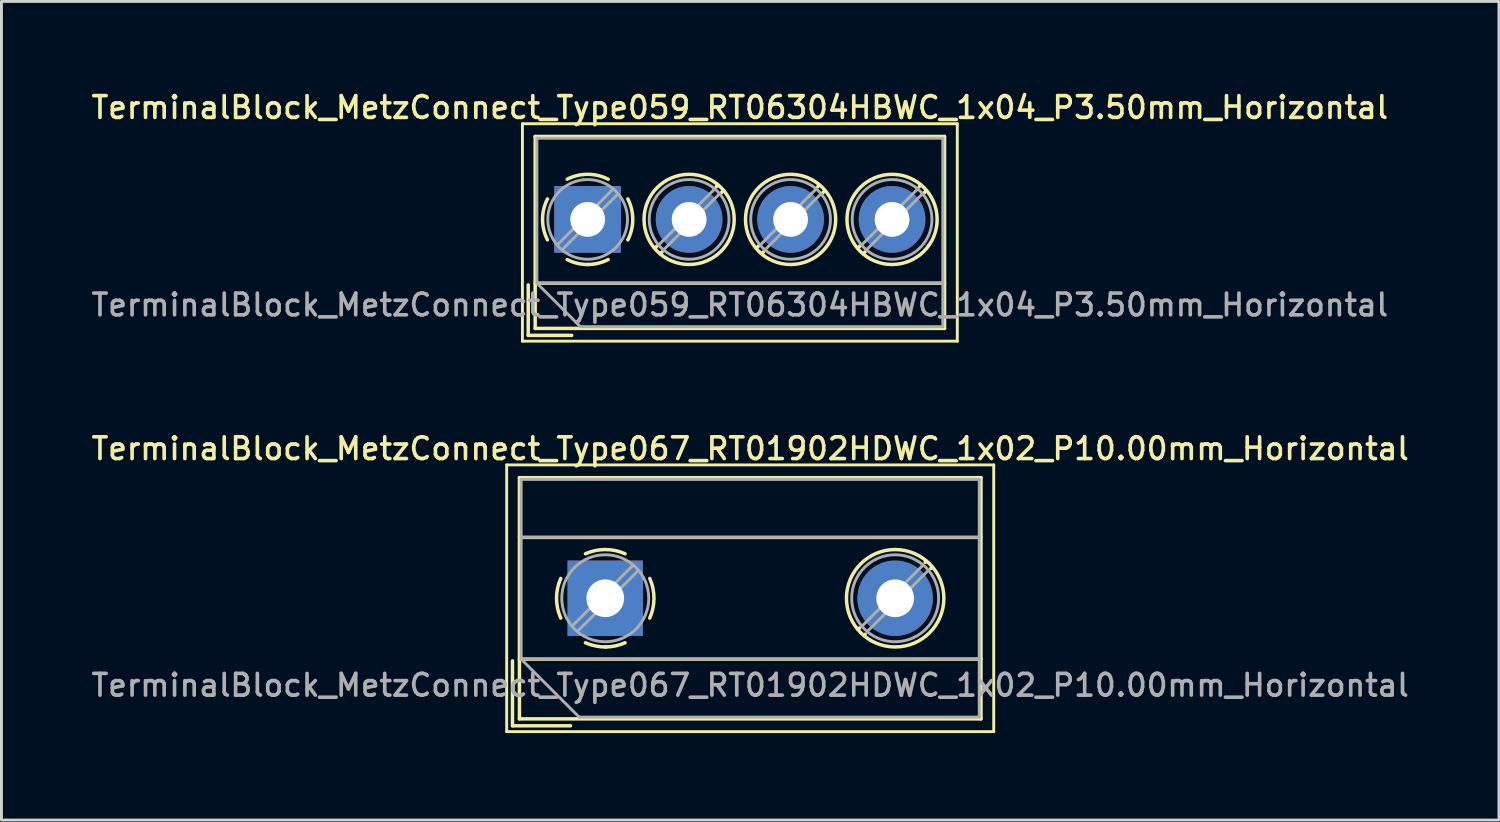
<source format=kicad_pcb>
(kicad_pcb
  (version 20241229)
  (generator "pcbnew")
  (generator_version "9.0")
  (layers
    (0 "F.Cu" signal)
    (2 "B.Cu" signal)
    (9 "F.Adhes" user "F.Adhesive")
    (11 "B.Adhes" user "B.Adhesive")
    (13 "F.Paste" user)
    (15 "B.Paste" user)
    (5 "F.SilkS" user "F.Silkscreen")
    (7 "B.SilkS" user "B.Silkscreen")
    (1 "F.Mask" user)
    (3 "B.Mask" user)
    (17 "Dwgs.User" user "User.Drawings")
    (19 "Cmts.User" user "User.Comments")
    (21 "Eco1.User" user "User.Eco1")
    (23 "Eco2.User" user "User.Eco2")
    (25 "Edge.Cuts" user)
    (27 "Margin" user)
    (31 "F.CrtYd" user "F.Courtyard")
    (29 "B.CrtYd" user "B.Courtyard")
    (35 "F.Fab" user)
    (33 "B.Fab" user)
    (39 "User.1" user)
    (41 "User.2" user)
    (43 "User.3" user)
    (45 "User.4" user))
  (footprint "TerminalBlock_MetzConnect_Type067_RT01902HDWC_1x02_P10.00mm_Horizontal"
    (layer "F.Cu")
    (at 17.827 17.586)
    (property "Reference" "TerminalBlock_MetzConnect_Type067_RT01902HDWC_1x02_P10.00mm_Horizontal" (at 5 -5.16 0) (layer "F.SilkS") (effects (font (size 0.75 0.75) (thickness 0.125))))
    (attr through_hole)
    (fp_line (start -3.4 -4.6) (end -3.4 4.6) (stroke (width 0.1) (type solid)) (layer "F.SilkS"))
    (fp_line (start -3.4 4.6) (end 13.4 4.6) (stroke (width 0.1) (type solid)) (layer "F.SilkS"))
    (fp_line (start -3.2 2.16) (end -3.2 4.4) (stroke (width 0.12) (type solid)) (layer "F.SilkS"))
    (fp_line (start -3.2 4.4) (end -1.2 4.4) (stroke (width 0.12) (type solid)) (layer "F.SilkS"))
    (fp_line (start -2.96 -4.16) (end -2.96 4.16) (stroke (width 0.12) (type solid)) (layer "F.SilkS"))
    (fp_line (start -2.96 -4.16) (end 12.96 -4.16) (stroke (width 0.12) (type solid)) (layer "F.SilkS"))
    (fp_line (start -2.96 -2.1) (end 12.96 -2.1) (stroke (width 0.12) (type solid)) (layer "F.SilkS"))
    (fp_line (start -2.96 2.1) (end 12.96 2.1) (stroke (width 0.12) (type solid)) (layer "F.SilkS"))
    (fp_line (start -2.96 4.16) (end 12.96 4.16) (stroke (width 0.12) (type solid)) (layer "F.SilkS"))
    (fp_line (start 8.773 1.023) (end 8.726 1.069) (stroke (width 0.12) (type solid)) (layer "F.SilkS"))
    (fp_line (start 8.966 1.239) (end 8.931 1.274) (stroke (width 0.12) (type solid)) (layer "F.SilkS"))
    (fp_line (start 11.07 -1.275) (end 11.035 -1.239) (stroke (width 0.12) (type solid)) (layer "F.SilkS"))
    (fp_line (start 11.275 -1.069) (end 11.228 -1.023) (stroke (width 0.12) (type solid)) (layer "F.SilkS"))
    (fp_line (start 12.96 -4.16) (end 12.96 4.16) (stroke (width 0.12) (type solid)) (layer "F.SilkS"))
    (fp_line (start 13.4 -4.6) (end -3.4 -4.6) (stroke (width 0.1) (type solid)) (layer "F.SilkS"))
    (fp_line (start 13.4 4.6) (end 13.4 -4.6) (stroke (width 0.1) (type solid)) (layer "F.SilkS"))
    (fp_arc (start -1.535427 0.683042) (mid -1.680501 -0.000524) (end -1.535 -0.684) (stroke (width 0.12) (type solid)) (layer "F.SilkS"))
    (fp_arc (start -0.683042 -1.535427) (mid 0.000524 -1.680501) (end 0.684 -1.535) (stroke (width 0.12) (type solid)) (layer "F.SilkS"))
    (fp_arc (start 0.028805 1.680253) (mid -0.335551 1.646659) (end -0.684 1.535) (stroke (width 0.12) (type solid)) (layer "F.SilkS"))
    (fp_arc (start 0.683318 1.534756) (mid 0.349292 1.643288) (end 0 1.68) (stroke (width 0.12) (type solid)) (layer "F.SilkS"))
    (fp_arc (start 1.535427 -0.683042) (mid 1.680501 0.000524) (end 1.535 0.684) (stroke (width 0.12) (type solid)) (layer "F.SilkS"))
    (fp_circle (center 10 0) (end 11.68 0) (stroke (width 0.12) (type solid)) (fill no) (layer "F.SilkS"))
    (fp_line (start -2.9 -4.1) (end 12.9 -4.1) (stroke (width 0.1) (type solid)) (layer "F.Fab"))
    (fp_line (start -2.9 -2.1) (end 12.9 -2.1) (stroke (width 0.1) (type solid)) (layer "F.Fab"))
    (fp_line (start -2.9 2.1) (end -2.9 -4.1) (stroke (width 0.1) (type solid)) (layer "F.Fab"))
    (fp_line (start -2.9 2.1) (end 12.9 2.1) (stroke (width 0.1) (type solid)) (layer "F.Fab"))
    (fp_line (start -0.9 4.1) (end -2.9 2.1) (stroke (width 0.1) (type solid)) (layer "F.Fab"))
    (fp_line (start 0.955 -1.138) (end -1.138 0.955) (stroke (width 0.1) (type solid)) (layer "F.Fab"))
    (fp_line (start 1.138 -0.955) (end -0.955 1.138) (stroke (width 0.1) (type solid)) (layer "F.Fab"))
    (fp_line (start 10.955 -1.138) (end 8.863 0.955) (stroke (width 0.1) (type solid)) (layer "F.Fab"))
    (fp_line (start 11.138 -0.955) (end 9.046 1.138) (stroke (width 0.1) (type solid)) (layer "F.Fab"))
    (fp_line (start 12.9 -4.1) (end 12.9 4.1) (stroke (width 0.1) (type solid)) (layer "F.Fab"))
    (fp_line (start 12.9 4.1) (end -0.9 4.1) (stroke (width 0.1) (type solid)) (layer "F.Fab"))
    (fp_circle (center 0 0) (end 1.5 0) (stroke (width 0.1) (type solid)) (fill no) (layer "F.Fab"))
    (fp_circle (center 10 0) (end 11.5 0) (stroke (width 0.1) (type solid)) (fill no) (layer "F.Fab"))
    (fp_text user "${REFERENCE}" (at 5 3 0) (layer "F.Fab") (effects (font (size 0.75 0.75) (thickness 0.125))))
    (pad "1" thru_hole rect (at 0 0) (size 2.6 2.6) (drill 1.3) (layers "*.Cu" "*.Mask"))
    (pad "2" thru_hole circle (at 10 0) (size 2.6 2.6) (drill 1.3) (layers "*.Cu" "*.Mask")))
  (footprint "TerminalBlock_MetzConnect_Type059_RT06304HBWC_1x04_P3.50mm_Horizontal"
    (layer "F.Cu")
    (at 17.22 4.518)
    (property "Reference" "TerminalBlock_MetzConnect_Type059_RT06304HBWC_1x04_P3.50mm_Horizontal" (at 5.25 -3.86 0) (layer "F.SilkS") (effects (font (size 0.75 0.75) (thickness 0.125))))
    (attr through_hole)
    (fp_line (start -2.25 -3.3) (end -2.25 4.2) (stroke (width 0.1) (type solid)) (layer "F.SilkS"))
    (fp_line (start -2.25 4.2) (end 12.75 4.2) (stroke (width 0.1) (type solid)) (layer "F.SilkS"))
    (fp_line (start -2.05 2.26) (end -2.05 4) (stroke (width 0.12) (type solid)) (layer "F.SilkS"))
    (fp_line (start -2.05 4) (end -0.55 4) (stroke (width 0.12) (type solid)) (layer "F.SilkS"))
    (fp_line (start -1.81 -2.86) (end -1.81 3.76) (stroke (width 0.12) (type solid)) (layer "F.SilkS"))
    (fp_line (start -1.81 -2.86) (end 12.31 -2.86) (stroke (width 0.12) (type solid)) (layer "F.SilkS"))
    (fp_line (start -1.81 2.2) (end 12.31 2.2) (stroke (width 0.12) (type solid)) (layer "F.SilkS"))
    (fp_line (start -1.81 3.76) (end 12.31 3.76) (stroke (width 0.12) (type solid)) (layer "F.SilkS"))
    (fp_line (start 2.397 0.914) (end 2.321 0.99) (stroke (width 0.12) (type solid)) (layer "F.SilkS"))
    (fp_line (start 2.565 1.125) (end 2.511 1.18) (stroke (width 0.12) (type solid)) (layer "F.SilkS"))
    (fp_line (start 4.49 -1.18) (end 4.436 -1.126) (stroke (width 0.12) (type solid)) (layer "F.SilkS"))
    (fp_line (start 4.68 -0.99) (end 4.604 -0.914) (stroke (width 0.12) (type solid)) (layer "F.SilkS"))
    (fp_line (start 5.897 0.914) (end 5.821 0.99) (stroke (width 0.12) (type solid)) (layer "F.SilkS"))
    (fp_line (start 6.065 1.125) (end 6.011 1.18) (stroke (width 0.12) (type solid)) (layer "F.SilkS"))
    (fp_line (start 7.99 -1.18) (end 7.936 -1.126) (stroke (width 0.12) (type solid)) (layer "F.SilkS"))
    (fp_line (start 8.18 -0.99) (end 8.104 -0.914) (stroke (width 0.12) (type solid)) (layer "F.SilkS"))
    (fp_line (start 9.397 0.914) (end 9.321 0.99) (stroke (width 0.12) (type solid)) (layer "F.SilkS"))
    (fp_line (start 9.565 1.125) (end 9.511 1.18) (stroke (width 0.12) (type solid)) (layer "F.SilkS"))
    (fp_line (start 11.49 -1.18) (end 11.436 -1.126) (stroke (width 0.12) (type solid)) (layer "F.SilkS"))
    (fp_line (start 11.68 -0.99) (end 11.604 -0.914) (stroke (width 0.12) (type solid)) (layer "F.SilkS"))
    (fp_line (start 12.31 -2.86) (end 12.31 3.76) (stroke (width 0.12) (type solid)) (layer "F.SilkS"))
    (fp_line (start 12.75 -3.3) (end -2.25 -3.3) (stroke (width 0.1) (type solid)) (layer "F.SilkS"))
    (fp_line (start 12.75 4.2) (end 12.75 -3.3) (stroke (width 0.1) (type solid)) (layer "F.SilkS"))
    (fp_arc (start -1.386645 0.705733) (mid -1.555906 -0.000711) (end -1.386 -0.707) (stroke (width 0.12) (type solid)) (layer "F.SilkS"))
    (fp_arc (start -0.705733 -1.386645) (mid 0.000711 -1.555906) (end 0.707 -1.386) (stroke (width 0.12) (type solid)) (layer "F.SilkS"))
    (fp_arc (start 0.026444 1.555682) (mid -0.350695 1.515869) (end -0.707 1.386) (stroke (width 0.12) (type solid)) (layer "F.SilkS"))
    (fp_arc (start 0.705955 1.385515) (mid 0.363007 1.512035) (end 0 1.555) (stroke (width 0.12) (type solid)) (layer "F.SilkS"))
    (fp_arc (start 1.386645 -0.705733) (mid 1.555906 0.000711) (end 1.386 0.707) (stroke (width 0.12) (type solid)) (layer "F.SilkS"))
    (fp_circle (center 3.5 0) (end 5.055 0) (stroke (width 0.12) (type solid)) (fill no) (layer "F.SilkS"))
    (fp_circle (center 7 0) (end 8.555 0) (stroke (width 0.12) (type solid)) (fill no) (layer "F.SilkS"))
    (fp_circle (center 10.5 0) (end 12.055 0) (stroke (width 0.12) (type solid)) (fill no) (layer "F.SilkS"))
    (fp_line (start -1.75 -2.8) (end 12.25 -2.8) (stroke (width 0.1) (type solid)) (layer "F.Fab"))
    (fp_line (start -1.75 2.2) (end -1.75 -2.8) (stroke (width 0.1) (type solid)) (layer "F.Fab"))
    (fp_line (start -1.75 2.2) (end 12.25 2.2) (stroke (width 0.1) (type solid)) (layer "F.Fab"))
    (fp_line (start -0.25 3.7) (end -1.75 2.2) (stroke (width 0.1) (type solid)) (layer "F.Fab"))
    (fp_line (start 0.876 -1.043) (end -1.043 0.875) (stroke (width 0.1) (type solid)) (layer "F.Fab"))
    (fp_line (start 1.043 -0.875) (end -0.876 1.043) (stroke (width 0.1) (type solid)) (layer "F.Fab"))
    (fp_line (start 4.376 -1.043) (end 2.458 0.875) (stroke (width 0.1) (type solid)) (layer "F.Fab"))
    (fp_line (start 4.543 -0.875) (end 2.625 1.043) (stroke (width 0.1) (type solid)) (layer "F.Fab"))
    (fp_line (start 7.876 -1.043) (end 5.958 0.875) (stroke (width 0.1) (type solid)) (layer "F.Fab"))
    (fp_line (start 8.043 -0.875) (end 6.125 1.043) (stroke (width 0.1) (type solid)) (layer "F.Fab"))
    (fp_line (start 11.376 -1.043) (end 9.458 0.875) (stroke (width 0.1) (type solid)) (layer "F.Fab"))
    (fp_line (start 11.543 -0.875) (end 9.625 1.043) (stroke (width 0.1) (type solid)) (layer "F.Fab"))
    (fp_line (start 12.25 -2.8) (end 12.25 3.7) (stroke (width 0.1) (type solid)) (layer "F.Fab"))
    (fp_line (start 12.25 3.7) (end -0.25 3.7) (stroke (width 0.1) (type solid)) (layer "F.Fab"))
    (fp_circle (center 0 0) (end 1.375 0) (stroke (width 0.1) (type solid)) (fill no) (layer "F.Fab"))
    (fp_circle (center 3.5 0) (end 4.875 0) (stroke (width 0.1) (type solid)) (fill no) (layer "F.Fab"))
    (fp_circle (center 7 0) (end 8.375 0) (stroke (width 0.1) (type solid)) (fill no) (layer "F.Fab"))
    (fp_circle (center 10.5 0) (end 11.875 0) (stroke (width 0.1) (type solid)) (fill no) (layer "F.Fab"))
    (fp_text user "${REFERENCE}" (at 5.25 2.95 0) (layer "F.Fab") (effects (font (size 0.75 0.75) (thickness 0.125))))
    (pad "1" thru_hole rect (at 0 0) (size 2.3 2.3) (drill 1.2) (layers "*.Cu" "*.Mask"))
    (pad "2" thru_hole circle (at 3.5 0) (size 2.3 2.3) (drill 1.2) (layers "*.Cu" "*.Mask"))
    (pad "3" thru_hole circle (at 7 0) (size 2.3 2.3) (drill 1.2) (layers "*.Cu" "*.Mask"))
    (pad "4" thru_hole circle (at 10.5 0) (size 2.3 2.3) (drill 1.2) (layers "*.Cu" "*.Mask")))
  (gr_rect
    (start -3 -3)
    (end 48.654 25.236)
    (stroke (width 0.1) (type default))
    (fill no)
    (layer "Edge.Cuts")))
</source>
